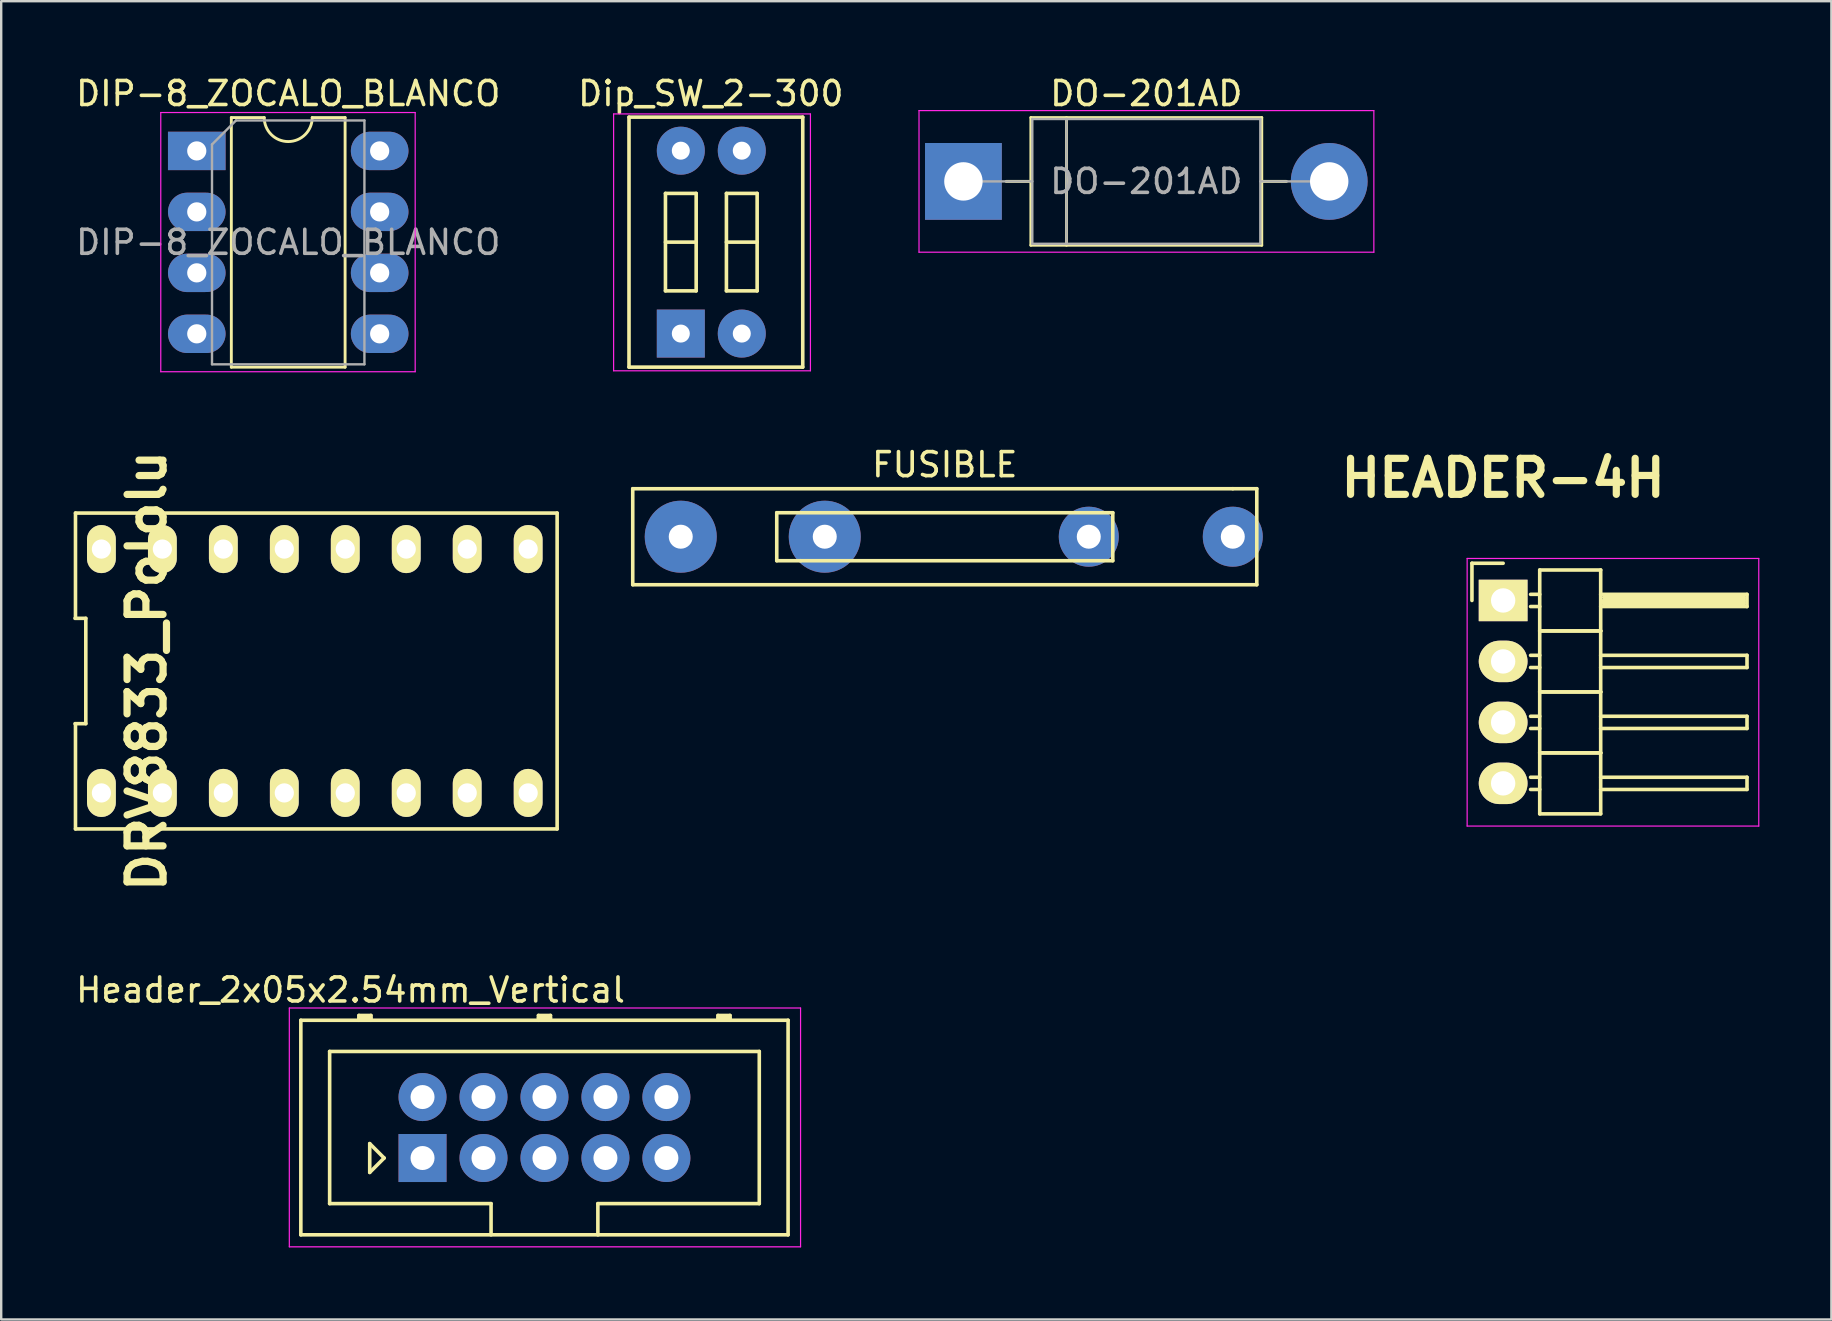
<source format=kicad_pcb>
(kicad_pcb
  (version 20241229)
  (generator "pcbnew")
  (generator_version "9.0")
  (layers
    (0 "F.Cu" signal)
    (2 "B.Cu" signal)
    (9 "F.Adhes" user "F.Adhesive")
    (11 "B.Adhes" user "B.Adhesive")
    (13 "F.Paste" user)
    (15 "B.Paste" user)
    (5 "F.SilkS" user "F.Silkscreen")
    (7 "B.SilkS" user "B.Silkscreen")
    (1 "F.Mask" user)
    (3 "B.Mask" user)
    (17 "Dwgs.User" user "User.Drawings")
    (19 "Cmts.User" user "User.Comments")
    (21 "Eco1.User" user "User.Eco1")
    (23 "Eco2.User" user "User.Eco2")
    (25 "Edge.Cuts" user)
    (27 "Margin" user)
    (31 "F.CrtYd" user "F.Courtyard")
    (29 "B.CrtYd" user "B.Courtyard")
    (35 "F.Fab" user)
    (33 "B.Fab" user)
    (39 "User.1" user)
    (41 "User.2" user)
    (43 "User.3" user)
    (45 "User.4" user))
  (footprint "Dip_SW_2-300"
    (layer "F.Cu")
    (at 25.315 10.848)
    (property "Reference" "Dip_SW_2-300" (at 1.25 -10 0) (layer "F.SilkS") (effects (font (size 1 1) (thickness 0.15))))
    (attr through_hole)
    (fp_line (start -2.159 -9.017) (end 5.08 -9.017) (stroke (width 0.15) (type solid)) (layer "F.SilkS"))
    (fp_line (start -2.159 1.397) (end -2.159 -9.017) (stroke (width 0.15) (type solid)) (layer "F.SilkS"))
    (fp_line (start -0.64 -5.84) (end -0.64 -1.78) (stroke (width 0.15) (type solid)) (layer "F.SilkS"))
    (fp_line (start -0.64 -3.81) (end 0.64 -3.81) (stroke (width 0.15) (type solid)) (layer "F.SilkS"))
    (fp_line (start -0.64 -1.78) (end 0.64 -1.78) (stroke (width 0.15) (type solid)) (layer "F.SilkS"))
    (fp_line (start 0.64 -5.84) (end -0.64 -5.84) (stroke (width 0.15) (type solid)) (layer "F.SilkS"))
    (fp_line (start 0.64 -1.78) (end 0.64 -5.84) (stroke (width 0.15) (type solid)) (layer "F.SilkS"))
    (fp_line (start 1.9 -5.84) (end 1.9 -1.78) (stroke (width 0.15) (type solid)) (layer "F.SilkS"))
    (fp_line (start 1.9 -3.81) (end 3.18 -3.81) (stroke (width 0.15) (type solid)) (layer "F.SilkS"))
    (fp_line (start 1.9 -1.78) (end 3.18 -1.78) (stroke (width 0.15) (type solid)) (layer "F.SilkS"))
    (fp_line (start 3.18 -5.84) (end 1.9 -5.84) (stroke (width 0.15) (type solid)) (layer "F.SilkS"))
    (fp_line (start 3.18 -1.78) (end 3.18 -5.84) (stroke (width 0.15) (type solid)) (layer "F.SilkS"))
    (fp_line (start 5.08 -9.017) (end 5.08 1.397) (stroke (width 0.15) (type solid)) (layer "F.SilkS"))
    (fp_line (start 5.08 1.397) (end -2.159 1.397) (stroke (width 0.15) (type solid)) (layer "F.SilkS"))
    (fp_line (start -2.8 -9.15) (end -2.8 1.55) (stroke (width 0.05) (type solid)) (layer "F.CrtYd"))
    (fp_line (start -2.8 1.55) (end 5.4 1.55) (stroke (width 0.05) (type solid)) (layer "F.CrtYd"))
    (fp_line (start 5.4 -9.15) (end -2.8 -9.15) (stroke (width 0.05) (type solid)) (layer "F.CrtYd"))
    (fp_line (start 5.4 1.55) (end 5.4 -9.15) (stroke (width 0.05) (type solid)) (layer "F.CrtYd"))
    (pad "1" thru_hole rect (at 0 0) (size 2 2) (drill 0.75) (layers "*.Cu" "*.Mask"))
    (pad "2" thru_hole oval (at 2.54 0) (size 2 2) (drill 0.75) (layers "*.Cu" "*.Mask"))
    (pad "3" thru_hole oval (at 2.54 -7.62) (size 2 2) (drill 0.75) (layers "*.Cu" "*.Mask"))
    (pad "4" thru_hole oval (at 0 -7.62) (size 2 2) (drill 0.75) (layers "*.Cu" "*.Mask")))
  (footprint "DRV8833_Pololu"
    (layer "F.Cu")
    (at 10.065 24.906)
    (property "Reference" "DRV8833_Pololu" (at -7 0 90) (layer "F.SilkS") (effects (font (size 1.5 1.5) (thickness 0.3))))
    (attr through_hole)
    (fp_line (start -9.99 -2.193) (end -9.54 -2.193) (stroke (width 0.15) (type solid)) (layer "F.SilkS"))
    (fp_line (start -9.97 -2.223) (end -9.97 -6.58) (stroke (width 0.15) (type solid)) (layer "F.SilkS"))
    (fp_line (start -9.97 2.223) (end -9.97 6.58) (stroke (width 0.15) (type solid)) (layer "F.SilkS"))
    (fp_line (start -9.97 6.58) (end 10.097 6.58) (stroke (width 0.15) (type solid)) (layer "F.SilkS"))
    (fp_line (start -9.54 -2.193) (end -9.54 2.193) (stroke (width 0.15) (type solid)) (layer "F.SilkS"))
    (fp_line (start -9.54 2.193) (end -9.99 2.193) (stroke (width 0.15) (type solid)) (layer "F.SilkS"))
    (fp_line (start 10.097 -6.58) (end -9.97 -6.58) (stroke (width 0.15) (type solid)) (layer "F.SilkS"))
    (fp_line (start 10.097 -6.58) (end 10.097 6.58) (stroke (width 0.15) (type solid)) (layer "F.SilkS"))
    (pad "1" thru_hole oval (at -8.89 5.08) (size 1.2 2) (drill 0.8) (layers "*.Cu" "*.Mask" "F.SilkS"))
    (pad "2" thru_hole oval (at -6.35 5.08) (size 1.2 2) (drill 0.8) (layers "*.Cu" "*.Mask" "F.SilkS"))
    (pad "3" thru_hole oval (at -3.81 5.08) (size 1.2 2) (drill 0.8) (layers "*.Cu" "*.Mask" "F.SilkS"))
    (pad "4" thru_hole oval (at -1.27 5.08) (size 1.2 2) (drill 0.8) (layers "*.Cu" "*.Mask" "F.SilkS"))
    (pad "5" thru_hole oval (at 1.27 5.08) (size 1.2 2) (drill 0.8) (layers "*.Cu" "*.Mask" "F.SilkS"))
    (pad "6" thru_hole oval (at 3.81 5.08) (size 1.2 2) (drill 0.8) (layers "*.Cu" "*.Mask" "F.SilkS"))
    (pad "7" thru_hole oval (at 6.35 5.08) (size 1.2 2) (drill 0.8) (layers "*.Cu" "*.Mask" "F.SilkS"))
    (pad "8" thru_hole oval (at 8.89 5.08) (size 1.2 2) (drill 0.8) (layers "*.Cu" "*.Mask" "F.SilkS"))
    (pad "9" thru_hole oval (at 8.89 -5.08) (size 1.2 2) (drill 0.8) (layers "*.Cu" "*.Mask" "F.SilkS"))
    (pad "10" thru_hole oval (at 6.35 -5.08) (size 1.2 2) (drill 0.8) (layers "*.Cu" "*.Mask" "F.SilkS"))
    (pad "11" thru_hole oval (at 3.81 -5.08) (size 1.2 2) (drill 0.8) (layers "*.Cu" "*.Mask" "F.SilkS"))
    (pad "12" thru_hole oval (at 1.27 -5.08) (size 1.2 2) (drill 0.8) (layers "*.Cu" "*.Mask" "F.SilkS"))
    (pad "13" thru_hole oval (at -1.27 -5.08) (size 1.2 2) (drill 0.8) (layers "*.Cu" "*.Mask" "F.SilkS"))
    (pad "14" thru_hole oval (at -3.81 -5.08) (size 1.2 2) (drill 0.8) (layers "*.Cu" "*.Mask" "F.SilkS"))
    (pad "15" thru_hole oval (at -6.35 -5.08) (size 1.2 2) (drill 0.8) (layers "*.Cu" "*.Mask" "F.SilkS"))
    (pad "16" thru_hole oval (at -8.89 -5.08) (size 1.2 2) (drill 0.8) (layers "*.Cu" "*.Mask" "F.SilkS")))
  (footprint "DO-201AD"
    (layer "F.Cu")
    (at 37.089 4.508)
    (property "Reference" "DO-201AD" (at 7.62 -3.66 0) (layer "F.SilkS") (effects (font (size 1 1) (thickness 0.15))))
    (attr through_hole)
    (fp_line (start 1.78 0) (end 2.81 0) (stroke (width 0.12) (type solid)) (layer "F.SilkS"))
    (fp_line (start 2.81 -2.66) (end 2.81 2.66) (stroke (width 0.12) (type solid)) (layer "F.SilkS"))
    (fp_line (start 2.81 2.66) (end 12.43 2.66) (stroke (width 0.12) (type solid)) (layer "F.SilkS"))
    (fp_line (start 4.295 -2.66) (end 4.295 2.66) (stroke (width 0.12) (type solid)) (layer "F.SilkS"))
    (fp_line (start 12.43 -2.66) (end 2.81 -2.66) (stroke (width 0.12) (type solid)) (layer "F.SilkS"))
    (fp_line (start 12.43 2.66) (end 12.43 -2.66) (stroke (width 0.12) (type solid)) (layer "F.SilkS"))
    (fp_line (start 13.46 0) (end 12.43 0) (stroke (width 0.12) (type solid)) (layer "F.SilkS"))
    (fp_line (start -1.85 -2.95) (end -1.85 2.95) (stroke (width 0.05) (type solid)) (layer "F.CrtYd"))
    (fp_line (start -1.85 2.95) (end 17.1 2.95) (stroke (width 0.05) (type solid)) (layer "F.CrtYd"))
    (fp_line (start 17.1 -2.95) (end -1.85 -2.95) (stroke (width 0.05) (type solid)) (layer "F.CrtYd"))
    (fp_line (start 17.1 2.95) (end 17.1 -2.95) (stroke (width 0.05) (type solid)) (layer "F.CrtYd"))
    (fp_line (start 0 0) (end 2.87 0) (stroke (width 0.1) (type solid)) (layer "F.Fab"))
    (fp_line (start 2.87 -2.6) (end 2.87 2.6) (stroke (width 0.1) (type solid)) (layer "F.Fab"))
    (fp_line (start 2.87 2.6) (end 12.37 2.6) (stroke (width 0.1) (type solid)) (layer "F.Fab"))
    (fp_line (start 4.295 -2.6) (end 4.295 2.6) (stroke (width 0.1) (type solid)) (layer "F.Fab"))
    (fp_line (start 12.37 -2.6) (end 2.87 -2.6) (stroke (width 0.1) (type solid)) (layer "F.Fab"))
    (fp_line (start 12.37 2.6) (end 12.37 -2.6) (stroke (width 0.1) (type solid)) (layer "F.Fab"))
    (fp_line (start 15.24 0) (end 12.37 0) (stroke (width 0.1) (type solid)) (layer "F.Fab"))
    (fp_text user "${REFERENCE}" (at 7.62 0 0) (layer "F.Fab") (effects (font (size 1 1) (thickness 0.15))))
    (pad "1" thru_hole rect (at 0 0) (size 3.2 3.2) (drill 1.6) (layers "*.Cu" "*.Mask"))
    (pad "2" thru_hole oval (at 15.24 0) (size 3.2 3.2) (drill 1.6) (layers "*.Cu" "*.Mask")))
  (footprint "DIP-8_ZOCALO_BLANCO"
    (layer "F.Cu")
    (at 5.148 3.238)
    (property "Reference" "DIP-8_ZOCALO_BLANCO" (at 3.81 -2.39 0) (layer "F.SilkS") (effects (font (size 1 1) (thickness 0.15))))
    (attr through_hole)
    (fp_line (start 1.44 -1.39) (end 1.44 9.01) (stroke (width 0.12) (type solid)) (layer "F.SilkS"))
    (fp_line (start 1.44 9.01) (end 6.18 9.01) (stroke (width 0.12) (type solid)) (layer "F.SilkS"))
    (fp_line (start 2.81 -1.39) (end 1.44 -1.39) (stroke (width 0.12) (type solid)) (layer "F.SilkS"))
    (fp_line (start 6.18 -1.39) (end 4.81 -1.39) (stroke (width 0.12) (type solid)) (layer "F.SilkS"))
    (fp_line (start 6.18 9.01) (end 6.18 -1.39) (stroke (width 0.12) (type solid)) (layer "F.SilkS"))
    (fp_arc (start 4.81 -1.39) (mid 3.81 -0.39) (end 2.81 -1.39) (stroke (width 0.12) (type solid)) (layer "F.SilkS"))
    (fp_line (start -1.5 -1.6) (end -1.5 9.2) (stroke (width 0.05) (type solid)) (layer "F.CrtYd"))
    (fp_line (start -1.5 9.2) (end 9.1 9.2) (stroke (width 0.05) (type solid)) (layer "F.CrtYd"))
    (fp_line (start 9.1 -1.6) (end -1.5 -1.6) (stroke (width 0.05) (type solid)) (layer "F.CrtYd"))
    (fp_line (start 9.1 9.2) (end 9.1 -1.6) (stroke (width 0.05) (type solid)) (layer "F.CrtYd"))
    (fp_line (start 0.635 -0.27) (end 1.635 -1.27) (stroke (width 0.1) (type solid)) (layer "F.Fab"))
    (fp_line (start 0.635 8.89) (end 0.635 -0.27) (stroke (width 0.1) (type solid)) (layer "F.Fab"))
    (fp_line (start 1.635 -1.27) (end 6.985 -1.27) (stroke (width 0.1) (type solid)) (layer "F.Fab"))
    (fp_line (start 6.985 -1.27) (end 6.985 8.89) (stroke (width 0.1) (type solid)) (layer "F.Fab"))
    (fp_line (start 6.985 8.89) (end 0.635 8.89) (stroke (width 0.1) (type solid)) (layer "F.Fab"))
    (fp_text user "${REFERENCE}" (at 3.81 3.81 0) (layer "F.Fab") (effects (font (size 1 1) (thickness 0.15))))
    (pad "1" thru_hole rect (at 0 0) (size 2.4 1.6) (drill 0.8) (layers "*.Cu" "*.Mask"))
    (pad "2" thru_hole oval (at 0 2.54) (size 2.4 1.6) (drill 0.8) (layers "*.Cu" "*.Mask"))
    (pad "3" thru_hole oval (at 0 5.08) (size 2.4 1.6) (drill 0.8) (layers "*.Cu" "*.Mask"))
    (pad "4" thru_hole oval (at 0 7.62) (size 2.4 1.6) (drill 0.8) (layers "*.Cu" "*.Mask"))
    (pad "5" thru_hole oval (at 7.62 7.62) (size 2.4 1.6) (drill 0.8) (layers "*.Cu" "*.Mask"))
    (pad "6" thru_hole oval (at 7.62 5.08) (size 2.4 1.6) (drill 0.8) (layers "*.Cu" "*.Mask"))
    (pad "7" thru_hole oval (at 7.62 2.54) (size 2.4 1.6) (drill 0.8) (layers "*.Cu" "*.Mask"))
    (pad "8" thru_hole oval (at 7.62 0) (size 2.4 1.6) (drill 0.8) (layers "*.Cu" "*.Mask")))
  (footprint "FUSIBLE"
    (layer "F.Cu")
    (at 36.312 19.311)
    (property "Reference" "FUSIBLE" (at 0 -3 0) (layer "F.SilkS") (effects (font (size 1 1) (thickness 0.15))))
    (attr through_hole)
    (fp_line (start -13 -2) (end -13 2) (stroke (width 0.15) (type solid)) (layer "F.SilkS"))
    (fp_line (start -13 2) (end 13 2) (stroke (width 0.15) (type solid)) (layer "F.SilkS"))
    (fp_line (start -7 -1) (end 7 -1) (stroke (width 0.15) (type solid)) (layer "F.SilkS"))
    (fp_line (start -7 1) (end -7 -1) (stroke (width 0.15) (type solid)) (layer "F.SilkS"))
    (fp_line (start -6 1) (end -7 1) (stroke (width 0.15) (type solid)) (layer "F.SilkS"))
    (fp_line (start 7 -1) (end 7 1) (stroke (width 0.15) (type solid)) (layer "F.SilkS"))
    (fp_line (start 7 1) (end -6 1) (stroke (width 0.15) (type solid)) (layer "F.SilkS"))
    (fp_line (start 12 -2) (end -13 -2) (stroke (width 0.15) (type solid)) (layer "F.SilkS"))
    (fp_line (start 13 -2) (end 12 -2) (stroke (width 0.15) (type solid)) (layer "F.SilkS"))
    (fp_line (start 13 2) (end 13 -2) (stroke (width 0.15) (type solid)) (layer "F.SilkS"))
    (pad "1" thru_hole circle (at -11 0) (size 3 3) (drill 1) (layers "*.Cu" "*.Mask"))
    (pad "1" thru_hole circle (at -5 0) (size 3 3) (drill 1) (layers "*.Cu" "*.Mask"))
    (pad "2" thru_hole circle (at 6 0) (size 2.5 2.5) (drill 1) (layers "*.Cu" "*.Mask"))
    (pad "2" thru_hole circle (at 12 0) (size 2.5 2.5) (drill 1) (layers "*.Cu" "*.Mask")))
  (footprint "Header_2x05x2.54mm_Vertical"
    (layer "F.Cu")
    (at 19.634 43.927)
    (property "Reference" "Header_2x05x2.54mm_Vertical" (at -8.08 -5.73 0) (layer "F.SilkS") (effects (font (size 1 1) (thickness 0.15))))
    (attr through_hole)
    (fp_line (start -10.15 -4.47) (end 10.15 -4.47) (stroke (width 0.15) (type solid)) (layer "F.SilkS"))
    (fp_line (start -10.15 4.47) (end -10.15 -4.47) (stroke (width 0.15) (type solid)) (layer "F.SilkS"))
    (fp_line (start -8.95 -3.17) (end 8.95 -3.17) (stroke (width 0.15) (type solid)) (layer "F.SilkS"))
    (fp_line (start -8.95 3.17) (end -8.95 -3.17) (stroke (width 0.15) (type solid)) (layer "F.SilkS"))
    (fp_line (start -7.73 -4.67) (end -7.23 -4.67) (stroke (width 0.15) (type solid)) (layer "F.SilkS"))
    (fp_line (start -7.73 -4.57) (end -7.23 -4.57) (stroke (width 0.15) (type solid)) (layer "F.SilkS"))
    (fp_line (start -7.73 -4.47) (end -7.73 -4.67) (stroke (width 0.15) (type solid)) (layer "F.SilkS"))
    (fp_line (start -7.28 0.67) (end -6.68 1.27) (stroke (width 0.15) (type solid)) (layer "F.SilkS"))
    (fp_line (start -7.28 1.87) (end -7.28 0.67) (stroke (width 0.15) (type solid)) (layer "F.SilkS"))
    (fp_line (start -7.23 -4.67) (end -7.23 -4.47) (stroke (width 0.15) (type solid)) (layer "F.SilkS"))
    (fp_line (start -6.68 1.27) (end -7.28 1.87) (stroke (width 0.15) (type solid)) (layer "F.SilkS"))
    (fp_line (start -2.225 3.17) (end -8.95 3.17) (stroke (width 0.15) (type solid)) (layer "F.SilkS"))
    (fp_line (start -2.225 4.47) (end -2.225 3.17) (stroke (width 0.15) (type solid)) (layer "F.SilkS"))
    (fp_line (start -0.25 -4.67) (end 0.25 -4.67) (stroke (width 0.15) (type solid)) (layer "F.SilkS"))
    (fp_line (start -0.25 -4.57) (end 0.25 -4.57) (stroke (width 0.15) (type solid)) (layer "F.SilkS"))
    (fp_line (start -0.25 -4.47) (end -0.25 -4.67) (stroke (width 0.15) (type solid)) (layer "F.SilkS"))
    (fp_line (start 0.25 -4.67) (end 0.25 -4.47) (stroke (width 0.15) (type solid)) (layer "F.SilkS"))
    (fp_line (start 2.225 3.17) (end 2.225 4.47) (stroke (width 0.15) (type solid)) (layer "F.SilkS"))
    (fp_line (start 7.23 -4.67) (end 7.73 -4.67) (stroke (width 0.15) (type solid)) (layer "F.SilkS"))
    (fp_line (start 7.23 -4.57) (end 7.73 -4.57) (stroke (width 0.15) (type solid)) (layer "F.SilkS"))
    (fp_line (start 7.23 -4.47) (end 7.23 -4.67) (stroke (width 0.15) (type solid)) (layer "F.SilkS"))
    (fp_line (start 7.73 -4.67) (end 7.73 -4.47) (stroke (width 0.15) (type solid)) (layer "F.SilkS"))
    (fp_line (start 8.95 -3.17) (end 8.95 3.17) (stroke (width 0.15) (type solid)) (layer "F.SilkS"))
    (fp_line (start 8.95 3.17) (end 2.225 3.17) (stroke (width 0.15) (type solid)) (layer "F.SilkS"))
    (fp_line (start 10.15 -4.47) (end 10.15 4.47) (stroke (width 0.15) (type solid)) (layer "F.SilkS"))
    (fp_line (start 10.15 4.47) (end -10.15 4.47) (stroke (width 0.15) (type solid)) (layer "F.SilkS"))
    (fp_line (start -10.63 -4.98) (end 10.67 -4.98) (stroke (width 0.05) (type solid)) (layer "F.CrtYd"))
    (fp_line (start -10.63 4.97) (end -10.63 -4.98) (stroke (width 0.05) (type solid)) (layer "F.CrtYd"))
    (fp_line (start 10.67 -4.98) (end 10.67 4.97) (stroke (width 0.05) (type solid)) (layer "F.CrtYd"))
    (fp_line (start 10.67 4.97) (end -10.63 4.97) (stroke (width 0.05) (type solid)) (layer "F.CrtYd"))
    (pad "1" thru_hole rect (at -5.08 1.27) (size 2 2) (drill 1) (layers "*.Cu" "*.Mask"))
    (pad "2" thru_hole circle (at -5.08 -1.27) (size 2 2) (drill 1) (layers "*.Cu" "*.Mask"))
    (pad "3" thru_hole circle (at -2.54 1.27) (size 2 2) (drill 1) (layers "*.Cu" "*.Mask"))
    (pad "4" thru_hole circle (at -2.54 -1.27) (size 2 2) (drill 1) (layers "*.Cu" "*.Mask"))
    (pad "5" thru_hole circle (at 0 1.27) (size 2 2) (drill 1) (layers "*.Cu" "*.Mask"))
    (pad "6" thru_hole circle (at 0 -1.27) (size 2 2) (drill 1) (layers "*.Cu" "*.Mask"))
    (pad "7" thru_hole circle (at 2.54 1.27) (size 2 2) (drill 1) (layers "*.Cu" "*.Mask"))
    (pad "8" thru_hole circle (at 2.54 -1.27) (size 2 2) (drill 1) (layers "*.Cu" "*.Mask"))
    (pad "9" thru_hole circle (at 5.08 1.27) (size 2 2) (drill 1) (layers "*.Cu" "*.Mask"))
    (pad "10" thru_hole circle (at 5.08 -1.27) (size 2 2) (drill 1) (layers "*.Cu" "*.Mask")))
  (footprint "HEADER-4H"
    (layer "F.Cu")
    (at 59.576 21.967)
    (property "Reference" "HEADER-4H" (at 0 -5.1 0) (layer "F.SilkS") (effects (font (size 1.5 1.5) (thickness 0.3))))
    (attr through_hole)
    (fp_line (start -1.3 -1.55) (end -1.3 0) (stroke (width 0.15) (type solid)) (layer "F.SilkS"))
    (fp_line (start 0 -1.55) (end -1.3 -1.55) (stroke (width 0.15) (type solid)) (layer "F.SilkS"))
    (fp_line (start 1.524 -1.27) (end 1.524 1.27) (stroke (width 0.15) (type solid)) (layer "F.SilkS"))
    (fp_line (start 1.524 -1.27) (end 4.064 -1.27) (stroke (width 0.15) (type solid)) (layer "F.SilkS"))
    (fp_line (start 1.524 -0.254) (end 1.143 -0.254) (stroke (width 0.15) (type solid)) (layer "F.SilkS"))
    (fp_line (start 1.524 0.254) (end 1.143 0.254) (stroke (width 0.15) (type solid)) (layer "F.SilkS"))
    (fp_line (start 1.524 1.27) (end 1.524 3.81) (stroke (width 0.15) (type solid)) (layer "F.SilkS"))
    (fp_line (start 1.524 1.27) (end 4.064 1.27) (stroke (width 0.15) (type solid)) (layer "F.SilkS"))
    (fp_line (start 1.524 1.27) (end 4.064 1.27) (stroke (width 0.15) (type solid)) (layer "F.SilkS"))
    (fp_line (start 1.524 2.286) (end 1.143 2.286) (stroke (width 0.15) (type solid)) (layer "F.SilkS"))
    (fp_line (start 1.524 2.794) (end 1.143 2.794) (stroke (width 0.15) (type solid)) (layer "F.SilkS"))
    (fp_line (start 1.524 3.81) (end 1.524 6.35) (stroke (width 0.15) (type solid)) (layer "F.SilkS"))
    (fp_line (start 1.524 3.81) (end 4.064 3.81) (stroke (width 0.15) (type solid)) (layer "F.SilkS"))
    (fp_line (start 1.524 3.81) (end 4.064 3.81) (stroke (width 0.15) (type solid)) (layer "F.SilkS"))
    (fp_line (start 1.524 4.826) (end 1.143 4.826) (stroke (width 0.15) (type solid)) (layer "F.SilkS"))
    (fp_line (start 1.524 5.334) (end 1.143 5.334) (stroke (width 0.15) (type solid)) (layer "F.SilkS"))
    (fp_line (start 1.524 6.35) (end 1.524 8.89) (stroke (width 0.15) (type solid)) (layer "F.SilkS"))
    (fp_line (start 1.524 6.35) (end 4.064 6.35) (stroke (width 0.15) (type solid)) (layer "F.SilkS"))
    (fp_line (start 1.524 6.35) (end 4.064 6.35) (stroke (width 0.15) (type solid)) (layer "F.SilkS"))
    (fp_line (start 1.524 7.366) (end 1.143 7.366) (stroke (width 0.15) (type solid)) (layer "F.SilkS"))
    (fp_line (start 1.524 7.874) (end 1.143 7.874) (stroke (width 0.15) (type solid)) (layer "F.SilkS"))
    (fp_line (start 1.524 8.89) (end 4.064 8.89) (stroke (width 0.15) (type solid)) (layer "F.SilkS"))
    (fp_line (start 4.064 -0.254) (end 10.16 -0.254) (stroke (width 0.15) (type solid)) (layer "F.SilkS"))
    (fp_line (start 4.064 1.27) (end 4.064 -1.27) (stroke (width 0.15) (type solid)) (layer "F.SilkS"))
    (fp_line (start 4.064 2.286) (end 10.16 2.286) (stroke (width 0.15) (type solid)) (layer "F.SilkS"))
    (fp_line (start 4.064 3.81) (end 4.064 1.27) (stroke (width 0.15) (type solid)) (layer "F.SilkS"))
    (fp_line (start 4.064 4.826) (end 10.16 4.826) (stroke (width 0.15) (type solid)) (layer "F.SilkS"))
    (fp_line (start 4.064 6.35) (end 4.064 3.81) (stroke (width 0.15) (type solid)) (layer "F.SilkS"))
    (fp_line (start 4.064 7.366) (end 10.16 7.366) (stroke (width 0.15) (type solid)) (layer "F.SilkS"))
    (fp_line (start 4.064 8.89) (end 4.064 6.35) (stroke (width 0.15) (type solid)) (layer "F.SilkS"))
    (fp_line (start 4.191 -0.127) (end 10.033 -0.127) (stroke (width 0.15) (type solid)) (layer "F.SilkS"))
    (fp_line (start 4.191 0) (end 10.033 0) (stroke (width 0.15) (type solid)) (layer "F.SilkS"))
    (fp_line (start 4.191 0.127) (end 4.191 0) (stroke (width 0.15) (type solid)) (layer "F.SilkS"))
    (fp_line (start 10.033 -0.127) (end 10.033 0.127) (stroke (width 0.15) (type solid)) (layer "F.SilkS"))
    (fp_line (start 10.033 0.127) (end 4.191 0.127) (stroke (width 0.15) (type solid)) (layer "F.SilkS"))
    (fp_line (start 10.16 -0.254) (end 10.16 0.254) (stroke (width 0.15) (type solid)) (layer "F.SilkS"))
    (fp_line (start 10.16 0.254) (end 4.064 0.254) (stroke (width 0.15) (type solid)) (layer "F.SilkS"))
    (fp_line (start 10.16 2.286) (end 10.16 2.794) (stroke (width 0.15) (type solid)) (layer "F.SilkS"))
    (fp_line (start 10.16 2.794) (end 4.064 2.794) (stroke (width 0.15) (type solid)) (layer "F.SilkS"))
    (fp_line (start 10.16 4.826) (end 10.16 5.334) (stroke (width 0.15) (type solid)) (layer "F.SilkS"))
    (fp_line (start 10.16 5.334) (end 4.064 5.334) (stroke (width 0.15) (type solid)) (layer "F.SilkS"))
    (fp_line (start 10.16 7.366) (end 10.16 7.874) (stroke (width 0.15) (type solid)) (layer "F.SilkS"))
    (fp_line (start 10.16 7.874) (end 4.064 7.874) (stroke (width 0.15) (type solid)) (layer "F.SilkS"))
    (fp_line (start -1.5 -1.75) (end -1.5 9.4) (stroke (width 0.05) (type solid)) (layer "F.CrtYd"))
    (fp_line (start -1.5 -1.75) (end 10.65 -1.75) (stroke (width 0.05) (type solid)) (layer "F.CrtYd"))
    (fp_line (start -1.5 9.4) (end 10.65 9.4) (stroke (width 0.05) (type solid)) (layer "F.CrtYd"))
    (fp_line (start 10.65 -1.75) (end 10.65 9.4) (stroke (width 0.05) (type solid)) (layer "F.CrtYd"))
    (pad "1" thru_hole rect (at 0 0) (size 2.032 1.727) (drill 1.016) (layers "*.Cu" "*.Mask" "F.SilkS"))
    (pad "2" thru_hole oval (at 0 2.54) (size 2.032 1.727) (drill 1.016) (layers "*.Cu" "*.Mask" "F.SilkS"))
    (pad "3" thru_hole oval (at 0 5.08) (size 2.032 1.727) (drill 1.016) (layers "*.Cu" "*.Mask" "F.SilkS"))
    (pad "4" thru_hole oval (at 0 7.62) (size 2.032 1.727) (drill 1.016) (layers "*.Cu" "*.Mask" "F.SilkS")))
  (gr_rect
    (start -3 -3)
    (end 73.251 51.922)
    (stroke (width 0.1) (type default))
    (fill no)
    (layer "Edge.Cuts")))
</source>
